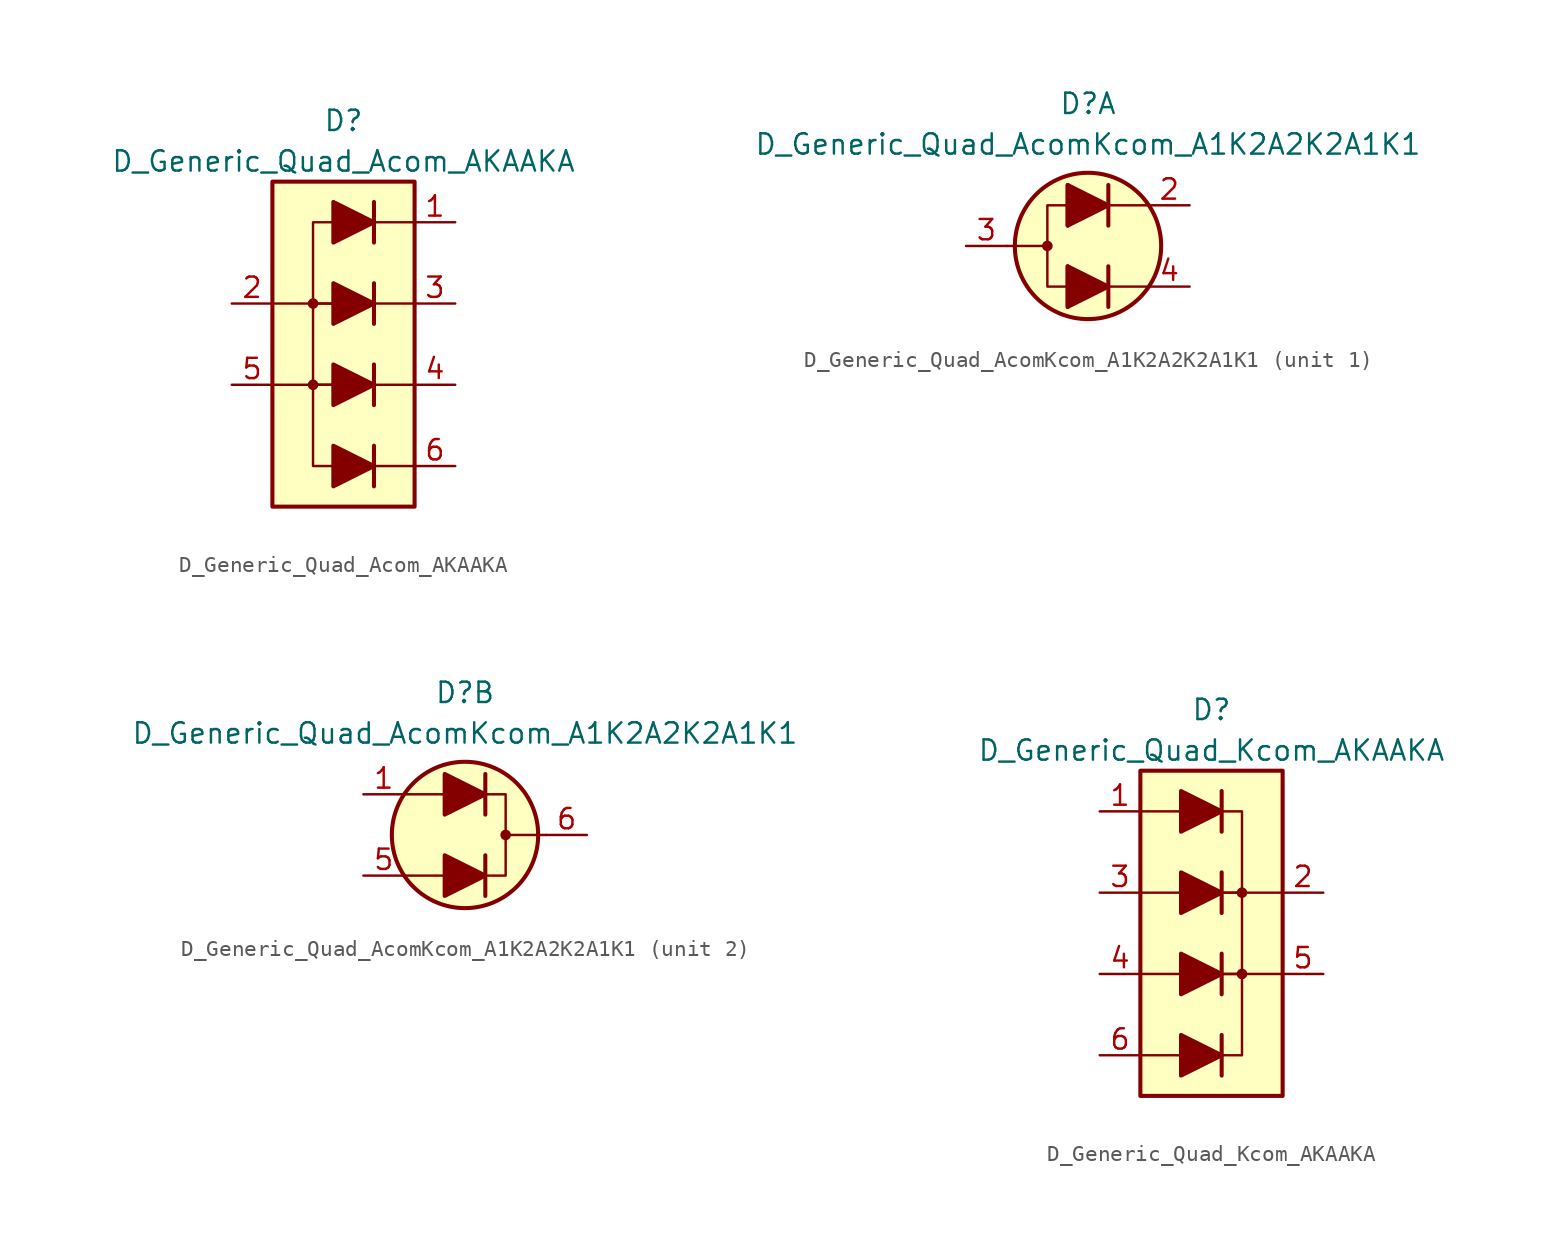
<source format=kicad_sym>
(kicad_symbol_lib
  (version 20210619)
  (generator kicad_symbol_editor)
  (symbol "Diode_AKL:D_Generic_Quad_Acom_AKAAKA"
    (pin_names
      (offset 1.016) hide)
    (property "Reference" "D"
      (at 0 13.97 0)
      (effects (font (size 1.27 1.27))))
    (property "Value" "D_Generic_Quad_Acom_AKAAKA"
      (at 0 11.43 0)
      (effects (font (size 1.27 1.27))))
    (symbol "D_Generic_Quad_Acom_AKAAKA_0_1"
      (rectangle (start 4.445 10.16) (end -4.445 -10.16) (stroke (width 0.254)) (fill (type background)))
      (polyline (pts (xy -4.445 2.54) (xy -1.905 2.54)) (stroke (width 0)) (fill (type none)))
      (polyline (pts (xy 1.905 -2.54) (xy 4.445 -2.54)) (stroke (width 0)) (fill (type none)))
      (polyline (pts (xy 1.905 -1.27) (xy 1.905 -3.81)) (stroke (width 0.254)) (fill (type none)))
      (polyline (pts (xy 1.905 2.54) (xy 4.445 2.54)) (stroke (width 0)) (fill (type none)))
      (polyline (pts (xy 1.905 3.81) (xy 1.905 1.27)) (stroke (width 0.254)) (fill (type none)))
      (polyline (pts (xy -0.635 -2.54) (xy -1.905 -2.54) (xy -1.905 2.54) (xy -0.635 2.54)) (stroke (width 0)) (fill (type none))))
    (symbol "D_Generic_Quad_Acom_AKAAKA_1_1"
      (circle (center -1.905 -2.54) (radius 0.254) (stroke (width 0)) (fill (type outline)))
      (circle (center -1.905 2.54) (radius 0.254) (stroke (width 0)) (fill (type outline)))
      (polyline (pts (xy -4.445 -2.54) (xy -1.905 -2.54)) (stroke (width 0)) (fill (type none)))
      (polyline (pts (xy -0.635 -7.62) (xy 1.905 -7.62)) (stroke (width 0)) (fill (type none)))
      (polyline (pts (xy -0.635 -2.54) (xy 1.905 -2.54)) (stroke (width 0)) (fill (type none)))
      (polyline (pts (xy -0.635 2.54) (xy 1.905 2.54)) (stroke (width 0)) (fill (type none)))
      (polyline (pts (xy -0.635 7.62) (xy 1.905 7.62)) (stroke (width 0)) (fill (type none)))
      (polyline (pts (xy 1.905 -7.62) (xy 4.445 -7.62)) (stroke (width 0)) (fill (type none)))
      (polyline (pts (xy 1.905 -6.35) (xy 1.905 -8.89)) (stroke (width 0.254)) (fill (type none)))
      (polyline (pts (xy 1.905 7.62) (xy 4.445 7.62)) (stroke (width 0)) (fill (type none)))
      (polyline (pts (xy 1.905 8.89) (xy 1.905 6.35)) (stroke (width 0.254)) (fill (type none)))
      (polyline (pts (xy -0.635 -7.62) (xy -1.905 -7.62) (xy -1.905 -2.54) (xy -0.635 -2.54)) (stroke (width 0)) (fill (type none)))
      (polyline (pts (xy -0.635 2.54) (xy -1.905 2.54) (xy -1.905 7.62) (xy -0.635 7.62)) (stroke (width 0)) (fill (type none)))
      (polyline (pts (xy -0.635 -6.35) (xy -0.635 -8.89) (xy 1.905 -7.62) (xy -0.635 -6.35)) (stroke (width 0.254)) (fill (type outline)))
      (polyline (pts (xy -0.635 -1.27) (xy -0.635 -3.81) (xy 1.905 -2.54) (xy -0.635 -1.27)) (stroke (width 0.254)) (fill (type outline)))
      (polyline (pts (xy -0.635 3.81) (xy -0.635 1.27) (xy 1.905 2.54) (xy -0.635 3.81)) (stroke (width 0.254)) (fill (type outline)))
      (polyline (pts (xy -0.635 8.89) (xy -0.635 6.35) (xy 1.905 7.62) (xy -0.635 8.89)) (stroke (width 0.254)) (fill (type outline)))
      (pin passive line (at 6.985 7.62 180) (length 2.54) (name "A1" (effects (font (size 1.27 1.27)))) (number "1" (effects (font (size 1.27 1.27)))))
      (pin passive line (at -6.985 2.54 0) (length 2.54) (name "K1" (effects (font (size 1.27 1.27)))) (number "2" (effects (font (size 1.27 1.27)))))
      (pin passive line (at 6.985 2.54 180) (length 2.54) (name "A2" (effects (font (size 1.27 1.27)))) (number "3" (effects (font (size 1.27 1.27)))))
      (pin passive line (at 6.985 -2.54 180) (length 2.54) (name "A3" (effects (font (size 1.27 1.27)))) (number "4" (effects (font (size 1.27 1.27)))))
      (pin passive line (at -6.985 -2.54 0) (length 2.54) (name "K2" (effects (font (size 1.27 1.27)))) (number "5" (effects (font (size 1.27 1.27)))))
      (pin passive line (at 6.985 -7.62 180) (length 2.54) (name "A4" (effects (font (size 1.27 1.27)))) (number "6" (effects (font (size 1.27 1.27)))))))
  (symbol "Diode_AKL:D_Generic_Quad_AcomKcom_A1K2A2K2A1K1"
    (pin_names
      (offset 1.016) hide)
    (property "Reference" "D"
      (at 0 8.89 0)
      (effects (font (size 1.27 1.27))))
    (property "Value" "D_Generic_Quad_AcomKcom_A1K2A2K2A1K1"
      (at 0 6.35 0)
      (effects (font (size 1.27 1.27))))
    (property "ki_locked" ""
      (at 0 0 0)
      (effects (font (size 1.27 1.27))))
    (symbol "D_Generic_Quad_AcomKcom_A1K2A2K2A1K1_1_1"
      (circle (center -2.54 0) (radius 0.254) (stroke (width 0)) (fill (type outline)))
      (circle (center 0 0) (radius 4.572) (stroke (width 0.254)) (fill (type background)))
      (polyline (pts (xy -5.08 0) (xy -2.54 0)) (stroke (width 0)) (fill (type none)))
      (polyline (pts (xy -1.27 -3.81) (xy -1.27 -1.27)) (stroke (width 0.254)) (fill (type none)))
      (polyline (pts (xy -1.27 -2.54) (xy 1.27 -2.54)) (stroke (width 0)) (fill (type none)))
      (polyline (pts (xy -1.27 1.27) (xy -1.27 3.81)) (stroke (width 0.254)) (fill (type none)))
      (polyline (pts (xy -1.27 2.54) (xy 1.27 2.54)) (stroke (width 0)) (fill (type none)))
      (polyline (pts (xy 1.27 -3.81) (xy 1.27 -1.27)) (stroke (width 0.254)) (fill (type none)))
      (polyline (pts (xy 1.27 -2.54) (xy -1.27 -2.54)) (stroke (width 0)) (fill (type none)))
      (polyline (pts (xy 1.27 -2.54) (xy 3.81 -2.54)) (stroke (width 0)) (fill (type none)))
      (polyline (pts (xy 1.27 1.27) (xy 1.27 3.81)) (stroke (width 0.254)) (fill (type none)))
      (polyline (pts (xy 1.27 2.54) (xy -1.27 2.54)) (stroke (width 0)) (fill (type none)))
      (polyline (pts (xy 1.27 2.54) (xy 3.81 2.54)) (stroke (width 0)) (fill (type none)))
      (polyline (pts (xy -1.27 -2.54) (xy -2.54 -2.54) (xy -2.54 2.54) (xy -1.27 2.54)) (stroke (width 0)) (fill (type none)))
      (polyline (pts (xy -1.27 -1.27) (xy -1.27 -3.81) (xy 1.27 -2.54) (xy -1.27 -1.27)) (stroke (width 0.254)) (fill (type outline)))
      (polyline (pts (xy -1.27 3.81) (xy -1.27 1.27) (xy 1.27 2.54) (xy -1.27 3.81)) (stroke (width 0.254)) (fill (type outline)))
      (pin passive line (at 6.35 2.54 180) (length 2.54) (name "K2" (effects (font (size 1.27 1.27)))) (number "2" (effects (font (size 1.27 1.27)))))
      (pin passive line (at -7.62 0 0) (length 2.54) (name "A2" (effects (font (size 1.27 1.27)))) (number "3" (effects (font (size 1.27 1.27)))))
      (pin passive line (at 6.35 -2.54 180) (length 2.54) (name "K2" (effects (font (size 1.27 1.27)))) (number "4" (effects (font (size 1.27 1.27))))))
    (symbol "D_Generic_Quad_AcomKcom_A1K2A2K2A1K1_2_1"
      (circle (center 2.54 0) (radius 0.254) (stroke (width 0)) (fill (type outline)))
      (circle (center 0 0) (radius 4.572) (stroke (width 0.254)) (fill (type background)))
      (polyline (pts (xy -1.27 -2.54) (xy -3.81 -2.54)) (stroke (width 0)) (fill (type none)))
      (polyline (pts (xy -1.27 -2.54) (xy 1.27 -2.54)) (stroke (width 0)) (fill (type none)))
      (polyline (pts (xy -1.27 2.54) (xy -3.81 2.54)) (stroke (width 0)) (fill (type none)))
      (polyline (pts (xy -1.27 2.54) (xy 1.27 2.54)) (stroke (width 0)) (fill (type none)))
      (polyline (pts (xy 1.27 -3.81) (xy 1.27 -1.27)) (stroke (width 0.254)) (fill (type none)))
      (polyline (pts (xy 1.27 1.27) (xy 1.27 3.81)) (stroke (width 0.254)) (fill (type none)))
      (polyline (pts (xy 5.08 0) (xy 2.54 0)) (stroke (width 0)) (fill (type none)))
      (polyline (pts (xy 1.27 -2.54) (xy 2.54 -2.54) (xy 2.54 2.54) (xy 1.27 2.54)) (stroke (width 0)) (fill (type none)))
      (polyline (pts (xy -1.27 -3.81) (xy -1.27 -1.27) (xy 1.27 -2.54) (xy -1.27 -3.81)) (stroke (width 0.254)) (fill (type outline)))
      (polyline (pts (xy -1.27 1.27) (xy -1.27 3.81) (xy 1.27 2.54) (xy -1.27 1.27)) (stroke (width 0.254)) (fill (type outline)))
      (pin passive line (at -6.35 2.54 0) (length 2.54) (name "A1" (effects (font (size 1.27 1.27)))) (number "1" (effects (font (size 1.27 1.27)))))
      (pin passive line (at -6.35 -2.54 0) (length 2.54) (name "A1" (effects (font (size 1.27 1.27)))) (number "5" (effects (font (size 1.27 1.27)))))
      (pin passive line (at 7.62 0 180) (length 2.54) (name "K1" (effects (font (size 1.27 1.27)))) (number "6" (effects (font (size 1.27 1.27)))))))
  (symbol "Diode_AKL:D_Generic_Quad_Kcom_AKAAKA"
    (pin_names
      (offset 1.016) hide)
    (property "Reference" "D"
      (at 0 13.97 0)
      (effects (font (size 1.27 1.27))))
    (property "Value" "D_Generic_Quad_Kcom_AKAAKA"
      (at 0 11.43 0)
      (effects (font (size 1.27 1.27))))
    (symbol "D_Generic_Quad_Kcom_AKAAKA_0_1"
      (rectangle (start -4.445 10.16) (end 4.445 -10.16) (stroke (width 0.254)) (fill (type background)))
      (polyline (pts (xy -1.905 -2.54) (xy -4.445 -2.54)) (stroke (width 0)) (fill (type none)))
      (polyline (pts (xy -1.905 2.54) (xy -4.445 2.54)) (stroke (width 0)) (fill (type none)))
      (polyline (pts (xy 0.635 -3.81) (xy 0.635 -1.27)) (stroke (width 0.254)) (fill (type none)))
      (polyline (pts (xy 0.635 1.27) (xy 0.635 3.81)) (stroke (width 0.254)) (fill (type none)))
      (polyline (pts (xy 4.445 2.54) (xy 1.905 2.54)) (stroke (width 0)) (fill (type none)))
      (polyline (pts (xy 0.635 -2.54) (xy 1.905 -2.54) (xy 1.905 2.54) (xy 0.635 2.54)) (stroke (width 0)) (fill (type none))))
    (symbol "D_Generic_Quad_Kcom_AKAAKA_1_1"
      (circle (center 1.905 -2.54) (radius 0.254) (stroke (width 0)) (fill (type outline)))
      (circle (center 1.905 2.54) (radius 0.254) (stroke (width 0)) (fill (type outline)))
      (polyline (pts (xy -1.905 -7.62) (xy -4.445 -7.62)) (stroke (width 0)) (fill (type none)))
      (polyline (pts (xy -1.905 -7.62) (xy 0.635 -7.62)) (stroke (width 0)) (fill (type none)))
      (polyline (pts (xy -1.905 -2.54) (xy 0.635 -2.54)) (stroke (width 0)) (fill (type none)))
      (polyline (pts (xy -1.905 2.54) (xy 0.635 2.54)) (stroke (width 0)) (fill (type none)))
      (polyline (pts (xy -1.905 7.62) (xy -4.445 7.62)) (stroke (width 0)) (fill (type none)))
      (polyline (pts (xy -1.905 7.62) (xy 0.635 7.62)) (stroke (width 0)) (fill (type none)))
      (polyline (pts (xy 0.635 -8.89) (xy 0.635 -6.35)) (stroke (width 0.254)) (fill (type none)))
      (polyline (pts (xy 0.635 6.35) (xy 0.635 8.89)) (stroke (width 0.254)) (fill (type none)))
      (polyline (pts (xy 4.445 -2.54) (xy 1.905 -2.54)) (stroke (width 0)) (fill (type none)))
      (polyline (pts (xy 0.635 -7.62) (xy 1.905 -7.62) (xy 1.905 -2.54) (xy 0.635 -2.54)) (stroke (width 0)) (fill (type none)))
      (polyline (pts (xy 0.635 2.54) (xy 1.905 2.54) (xy 1.905 7.62) (xy 0.635 7.62)) (stroke (width 0)) (fill (type none)))
      (polyline (pts (xy -1.905 -8.89) (xy -1.905 -6.35) (xy 0.635 -7.62) (xy -1.905 -8.89)) (stroke (width 0.254)) (fill (type outline)))
      (polyline (pts (xy -1.905 -3.81) (xy -1.905 -1.27) (xy 0.635 -2.54) (xy -1.905 -3.81)) (stroke (width 0.254)) (fill (type outline)))
      (polyline (pts (xy -1.905 1.27) (xy -1.905 3.81) (xy 0.635 2.54) (xy -1.905 1.27)) (stroke (width 0.254)) (fill (type outline)))
      (polyline (pts (xy -1.905 6.35) (xy -1.905 8.89) (xy 0.635 7.62) (xy -1.905 6.35)) (stroke (width 0.254)) (fill (type outline)))
      (pin passive line (at -6.985 7.62 0) (length 2.54) (name "A1" (effects (font (size 1.27 1.27)))) (number "1" (effects (font (size 1.27 1.27)))))
      (pin passive line (at 6.985 2.54 180) (length 2.54) (name "K1" (effects (font (size 1.27 1.27)))) (number "2" (effects (font (size 1.27 1.27)))))
      (pin passive line (at -6.985 2.54 0) (length 2.54) (name "A2" (effects (font (size 1.27 1.27)))) (number "3" (effects (font (size 1.27 1.27)))))
      (pin passive line (at -6.985 -2.54 0) (length 2.54) (name "A3" (effects (font (size 1.27 1.27)))) (number "4" (effects (font (size 1.27 1.27)))))
      (pin passive line (at 6.985 -2.54 180) (length 2.54) (name "K2" (effects (font (size 1.27 1.27)))) (number "5" (effects (font (size 1.27 1.27)))))
      (pin passive line (at -6.985 -7.62 0) (length 2.54) (name "A4" (effects (font (size 1.27 1.27)))) (number "6" (effects (font (size 1.27 1.27))))))))
</source>
